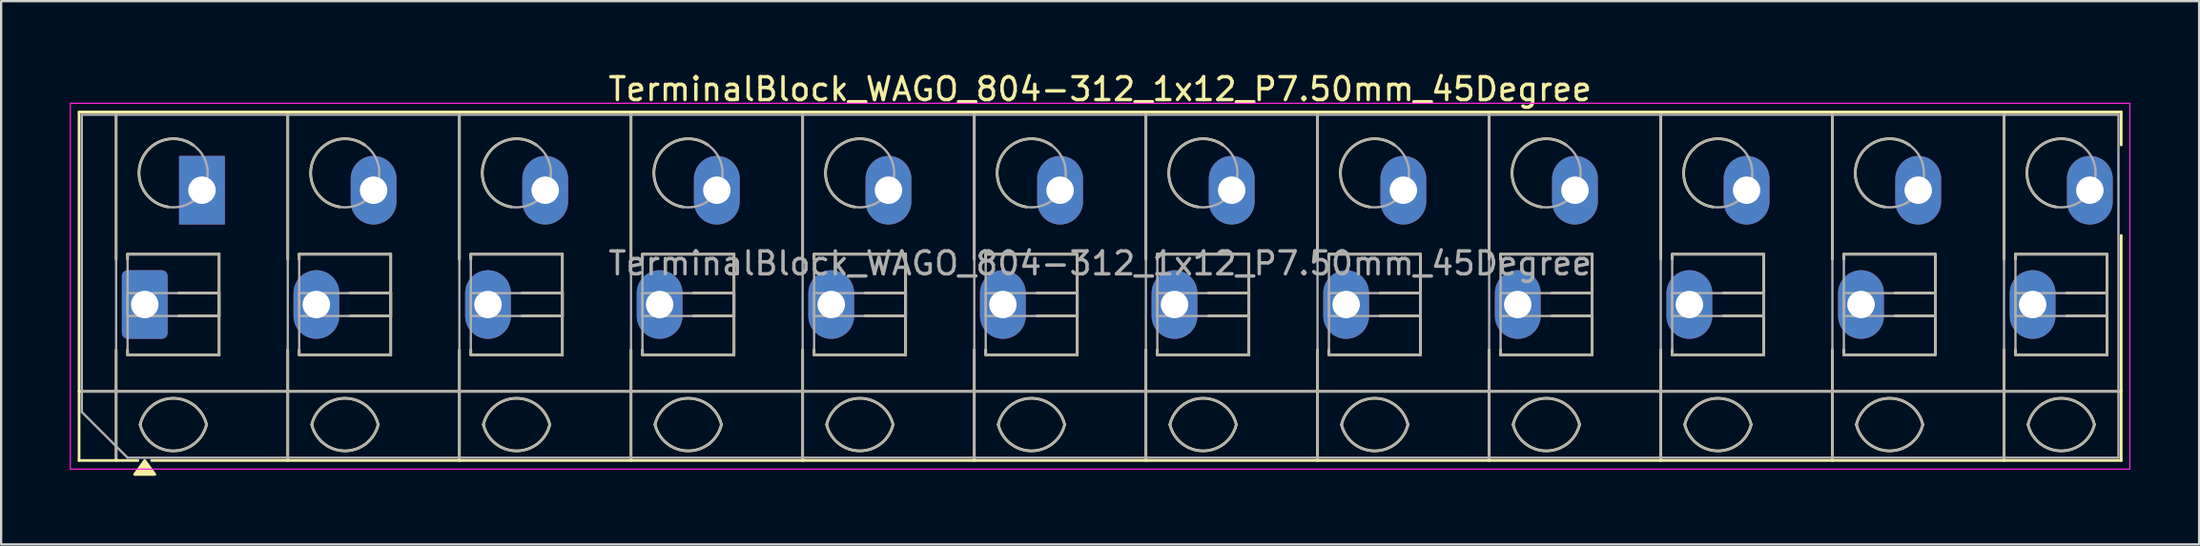
<source format=kicad_pcb>
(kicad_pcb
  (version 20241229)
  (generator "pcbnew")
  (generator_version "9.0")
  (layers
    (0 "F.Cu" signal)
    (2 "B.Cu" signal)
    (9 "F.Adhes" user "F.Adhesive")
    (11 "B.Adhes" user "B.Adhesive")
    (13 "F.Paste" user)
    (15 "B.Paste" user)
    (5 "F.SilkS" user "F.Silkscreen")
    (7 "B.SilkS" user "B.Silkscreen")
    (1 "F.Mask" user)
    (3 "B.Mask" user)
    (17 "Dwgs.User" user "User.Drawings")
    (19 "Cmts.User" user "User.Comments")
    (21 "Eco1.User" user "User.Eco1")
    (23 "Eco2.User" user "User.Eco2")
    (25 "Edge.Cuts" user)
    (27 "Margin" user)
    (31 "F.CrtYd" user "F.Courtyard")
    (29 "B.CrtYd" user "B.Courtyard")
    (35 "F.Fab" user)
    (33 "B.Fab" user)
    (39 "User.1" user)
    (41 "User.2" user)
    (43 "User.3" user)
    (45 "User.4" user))
  (footprint "TerminalBlock_WAGO_804-312_1x12_P7.50mm_45Degree"
    (layer "F.Cu")
    (at 3.275 10.268)
    (property "Reference" "TerminalBlock_WAGO_804-312_1x12_P7.50mm_45Degree" (at 41.75 -9.42 0) (layer "F.SilkS") (effects (font (size 1 1) (thickness 0.15))))
    (attr through_hole)
    (fp_line (start -2.87 -8.42) (end 86.37 -8.42) (stroke (width 0.12) (type solid)) (layer "F.SilkS"))
    (fp_line (start -2.87 3.8) (end 86.37 3.8) (stroke (width 0.12) (type solid)) (layer "F.SilkS"))
    (fp_line (start -2.87 6.82) (end -2.87 -8.42) (stroke (width 0.12) (type solid)) (layer "F.SilkS"))
    (fp_line (start -1.25 -8.42) (end -1.25 -1.98) (stroke (width 0.12) (type solid)) (layer "F.SilkS"))
    (fp_line (start -1.25 1.98) (end -1.25 6.82) (stroke (width 0.12) (type solid)) (layer "F.SilkS"))
    (fp_line (start -0.75 -2.2) (end 3.25 -2.2) (stroke (width 0.12) (type solid)) (layer "F.SilkS"))
    (fp_line (start -0.75 -1.98) (end -0.75 -2.2) (stroke (width 0.12) (type solid)) (layer "F.SilkS"))
    (fp_line (start -0.75 2.2) (end -0.75 1.98) (stroke (width 0.12) (type solid)) (layer "F.SilkS"))
    (fp_line (start -0.3 6.82) (end -2.87 6.82) (stroke (width 0.12) (type solid)) (layer "F.SilkS"))
    (fp_line (start 1.48 -0.5) (end 3.25 -0.5) (stroke (width 0.12) (type solid)) (layer "F.SilkS"))
    (fp_line (start 3.25 -2.2) (end 3.25 2.2) (stroke (width 0.12) (type solid)) (layer "F.SilkS"))
    (fp_line (start 3.25 -0.5) (end 3.25 0.5) (stroke (width 0.12) (type solid)) (layer "F.SilkS"))
    (fp_line (start 3.25 0.5) (end 1.48 0.5) (stroke (width 0.12) (type solid)) (layer "F.SilkS"))
    (fp_line (start 3.25 2.2) (end -0.75 2.2) (stroke (width 0.12) (type solid)) (layer "F.SilkS"))
    (fp_line (start 6.25 -8.42) (end 6.25 -1.98) (stroke (width 0.12) (type solid)) (layer "F.SilkS"))
    (fp_line (start 6.25 1.98) (end 6.25 6.82) (stroke (width 0.12) (type solid)) (layer "F.SilkS"))
    (fp_line (start 6.75 -2.2) (end 10.75 -2.2) (stroke (width 0.12) (type solid)) (layer "F.SilkS"))
    (fp_line (start 6.75 -1.98) (end 6.75 -2.2) (stroke (width 0.12) (type solid)) (layer "F.SilkS"))
    (fp_line (start 6.75 2.2) (end 6.75 1.98) (stroke (width 0.12) (type solid)) (layer "F.SilkS"))
    (fp_line (start 8.98 -0.5) (end 10.75 -0.5) (stroke (width 0.12) (type solid)) (layer "F.SilkS"))
    (fp_line (start 10.75 -2.2) (end 10.75 2.2) (stroke (width 0.12) (type solid)) (layer "F.SilkS"))
    (fp_line (start 10.75 -0.5) (end 10.75 0.5) (stroke (width 0.12) (type solid)) (layer "F.SilkS"))
    (fp_line (start 10.75 0.5) (end 8.98 0.5) (stroke (width 0.12) (type solid)) (layer "F.SilkS"))
    (fp_line (start 10.75 2.2) (end 6.75 2.2) (stroke (width 0.12) (type solid)) (layer "F.SilkS"))
    (fp_line (start 13.75 -8.42) (end 13.75 -1.98) (stroke (width 0.12) (type solid)) (layer "F.SilkS"))
    (fp_line (start 13.75 1.98) (end 13.75 6.82) (stroke (width 0.12) (type solid)) (layer "F.SilkS"))
    (fp_line (start 14.25 -2.2) (end 18.25 -2.2) (stroke (width 0.12) (type solid)) (layer "F.SilkS"))
    (fp_line (start 14.25 -1.98) (end 14.25 -2.2) (stroke (width 0.12) (type solid)) (layer "F.SilkS"))
    (fp_line (start 14.25 2.2) (end 14.25 1.98) (stroke (width 0.12) (type solid)) (layer "F.SilkS"))
    (fp_line (start 16.48 -0.5) (end 18.25 -0.5) (stroke (width 0.12) (type solid)) (layer "F.SilkS"))
    (fp_line (start 18.25 -2.2) (end 18.25 2.2) (stroke (width 0.12) (type solid)) (layer "F.SilkS"))
    (fp_line (start 18.25 -0.5) (end 18.25 0.5) (stroke (width 0.12) (type solid)) (layer "F.SilkS"))
    (fp_line (start 18.25 0.5) (end 16.48 0.5) (stroke (width 0.12) (type solid)) (layer "F.SilkS"))
    (fp_line (start 18.25 2.2) (end 14.25 2.2) (stroke (width 0.12) (type solid)) (layer "F.SilkS"))
    (fp_line (start 21.25 -8.42) (end 21.25 -1.98) (stroke (width 0.12) (type solid)) (layer "F.SilkS"))
    (fp_line (start 21.25 1.98) (end 21.25 6.82) (stroke (width 0.12) (type solid)) (layer "F.SilkS"))
    (fp_line (start 21.75 -2.2) (end 25.75 -2.2) (stroke (width 0.12) (type solid)) (layer "F.SilkS"))
    (fp_line (start 21.75 -1.98) (end 21.75 -2.2) (stroke (width 0.12) (type solid)) (layer "F.SilkS"))
    (fp_line (start 21.75 2.2) (end 21.75 1.98) (stroke (width 0.12) (type solid)) (layer "F.SilkS"))
    (fp_line (start 23.98 -0.5) (end 25.75 -0.5) (stroke (width 0.12) (type solid)) (layer "F.SilkS"))
    (fp_line (start 25.75 -2.2) (end 25.75 2.2) (stroke (width 0.12) (type solid)) (layer "F.SilkS"))
    (fp_line (start 25.75 -0.5) (end 25.75 0.5) (stroke (width 0.12) (type solid)) (layer "F.SilkS"))
    (fp_line (start 25.75 0.5) (end 23.98 0.5) (stroke (width 0.12) (type solid)) (layer "F.SilkS"))
    (fp_line (start 25.75 2.2) (end 21.75 2.2) (stroke (width 0.12) (type solid)) (layer "F.SilkS"))
    (fp_line (start 28.75 -8.42) (end 28.75 -1.98) (stroke (width 0.12) (type solid)) (layer "F.SilkS"))
    (fp_line (start 28.75 1.98) (end 28.75 6.82) (stroke (width 0.12) (type solid)) (layer "F.SilkS"))
    (fp_line (start 29.25 -2.2) (end 33.25 -2.2) (stroke (width 0.12) (type solid)) (layer "F.SilkS"))
    (fp_line (start 29.25 -1.98) (end 29.25 -2.2) (stroke (width 0.12) (type solid)) (layer "F.SilkS"))
    (fp_line (start 29.25 2.2) (end 29.25 1.98) (stroke (width 0.12) (type solid)) (layer "F.SilkS"))
    (fp_line (start 31.48 -0.5) (end 33.25 -0.5) (stroke (width 0.12) (type solid)) (layer "F.SilkS"))
    (fp_line (start 33.25 -2.2) (end 33.25 2.2) (stroke (width 0.12) (type solid)) (layer "F.SilkS"))
    (fp_line (start 33.25 -0.5) (end 33.25 0.5) (stroke (width 0.12) (type solid)) (layer "F.SilkS"))
    (fp_line (start 33.25 0.5) (end 31.48 0.5) (stroke (width 0.12) (type solid)) (layer "F.SilkS"))
    (fp_line (start 33.25 2.2) (end 29.25 2.2) (stroke (width 0.12) (type solid)) (layer "F.SilkS"))
    (fp_line (start 36.25 -8.42) (end 36.25 -1.98) (stroke (width 0.12) (type solid)) (layer "F.SilkS"))
    (fp_line (start 36.25 1.98) (end 36.25 6.82) (stroke (width 0.12) (type solid)) (layer "F.SilkS"))
    (fp_line (start 36.75 -2.2) (end 40.75 -2.2) (stroke (width 0.12) (type solid)) (layer "F.SilkS"))
    (fp_line (start 36.75 -1.98) (end 36.75 -2.2) (stroke (width 0.12) (type solid)) (layer "F.SilkS"))
    (fp_line (start 36.75 2.2) (end 36.75 1.98) (stroke (width 0.12) (type solid)) (layer "F.SilkS"))
    (fp_line (start 38.98 -0.5) (end 40.75 -0.5) (stroke (width 0.12) (type solid)) (layer "F.SilkS"))
    (fp_line (start 40.75 -2.2) (end 40.75 2.2) (stroke (width 0.12) (type solid)) (layer "F.SilkS"))
    (fp_line (start 40.75 -0.5) (end 40.75 0.5) (stroke (width 0.12) (type solid)) (layer "F.SilkS"))
    (fp_line (start 40.75 0.5) (end 38.98 0.5) (stroke (width 0.12) (type solid)) (layer "F.SilkS"))
    (fp_line (start 40.75 2.2) (end 36.75 2.2) (stroke (width 0.12) (type solid)) (layer "F.SilkS"))
    (fp_line (start 43.75 -8.42) (end 43.75 -1.98) (stroke (width 0.12) (type solid)) (layer "F.SilkS"))
    (fp_line (start 43.75 1.98) (end 43.75 6.82) (stroke (width 0.12) (type solid)) (layer "F.SilkS"))
    (fp_line (start 44.25 -2.2) (end 48.25 -2.2) (stroke (width 0.12) (type solid)) (layer "F.SilkS"))
    (fp_line (start 44.25 -1.98) (end 44.25 -2.2) (stroke (width 0.12) (type solid)) (layer "F.SilkS"))
    (fp_line (start 44.25 2.2) (end 44.25 1.98) (stroke (width 0.12) (type solid)) (layer "F.SilkS"))
    (fp_line (start 46.48 -0.5) (end 48.25 -0.5) (stroke (width 0.12) (type solid)) (layer "F.SilkS"))
    (fp_line (start 48.25 -2.2) (end 48.25 2.2) (stroke (width 0.12) (type solid)) (layer "F.SilkS"))
    (fp_line (start 48.25 -0.5) (end 48.25 0.5) (stroke (width 0.12) (type solid)) (layer "F.SilkS"))
    (fp_line (start 48.25 0.5) (end 46.48 0.5) (stroke (width 0.12) (type solid)) (layer "F.SilkS"))
    (fp_line (start 48.25 2.2) (end 44.25 2.2) (stroke (width 0.12) (type solid)) (layer "F.SilkS"))
    (fp_line (start 51.25 -8.42) (end 51.25 -1.98) (stroke (width 0.12) (type solid)) (layer "F.SilkS"))
    (fp_line (start 51.25 1.98) (end 51.25 6.82) (stroke (width 0.12) (type solid)) (layer "F.SilkS"))
    (fp_line (start 51.75 -2.2) (end 55.75 -2.2) (stroke (width 0.12) (type solid)) (layer "F.SilkS"))
    (fp_line (start 51.75 -1.98) (end 51.75 -2.2) (stroke (width 0.12) (type solid)) (layer "F.SilkS"))
    (fp_line (start 51.75 2.2) (end 51.75 1.98) (stroke (width 0.12) (type solid)) (layer "F.SilkS"))
    (fp_line (start 53.98 -0.5) (end 55.75 -0.5) (stroke (width 0.12) (type solid)) (layer "F.SilkS"))
    (fp_line (start 55.75 -2.2) (end 55.75 2.2) (stroke (width 0.12) (type solid)) (layer "F.SilkS"))
    (fp_line (start 55.75 -0.5) (end 55.75 0.5) (stroke (width 0.12) (type solid)) (layer "F.SilkS"))
    (fp_line (start 55.75 0.5) (end 53.98 0.5) (stroke (width 0.12) (type solid)) (layer "F.SilkS"))
    (fp_line (start 55.75 2.2) (end 51.75 2.2) (stroke (width 0.12) (type solid)) (layer "F.SilkS"))
    (fp_line (start 58.75 -8.42) (end 58.75 -1.98) (stroke (width 0.12) (type solid)) (layer "F.SilkS"))
    (fp_line (start 58.75 1.98) (end 58.75 6.82) (stroke (width 0.12) (type solid)) (layer "F.SilkS"))
    (fp_line (start 59.25 -2.2) (end 63.25 -2.2) (stroke (width 0.12) (type solid)) (layer "F.SilkS"))
    (fp_line (start 59.25 -1.98) (end 59.25 -2.2) (stroke (width 0.12) (type solid)) (layer "F.SilkS"))
    (fp_line (start 59.25 2.2) (end 59.25 1.98) (stroke (width 0.12) (type solid)) (layer "F.SilkS"))
    (fp_line (start 61.48 -0.5) (end 63.25 -0.5) (stroke (width 0.12) (type solid)) (layer "F.SilkS"))
    (fp_line (start 63.25 -2.2) (end 63.25 2.2) (stroke (width 0.12) (type solid)) (layer "F.SilkS"))
    (fp_line (start 63.25 -0.5) (end 63.25 0.5) (stroke (width 0.12) (type solid)) (layer "F.SilkS"))
    (fp_line (start 63.25 0.5) (end 61.48 0.5) (stroke (width 0.12) (type solid)) (layer "F.SilkS"))
    (fp_line (start 63.25 2.2) (end 59.25 2.2) (stroke (width 0.12) (type solid)) (layer "F.SilkS"))
    (fp_line (start 66.25 -8.42) (end 66.25 -1.98) (stroke (width 0.12) (type solid)) (layer "F.SilkS"))
    (fp_line (start 66.25 1.98) (end 66.25 6.82) (stroke (width 0.12) (type solid)) (layer "F.SilkS"))
    (fp_line (start 66.75 -2.2) (end 70.75 -2.2) (stroke (width 0.12) (type solid)) (layer "F.SilkS"))
    (fp_line (start 66.75 -1.98) (end 66.75 -2.2) (stroke (width 0.12) (type solid)) (layer "F.SilkS"))
    (fp_line (start 66.75 2.2) (end 66.75 1.98) (stroke (width 0.12) (type solid)) (layer "F.SilkS"))
    (fp_line (start 68.98 -0.5) (end 70.75 -0.5) (stroke (width 0.12) (type solid)) (layer "F.SilkS"))
    (fp_line (start 70.75 -2.2) (end 70.75 2.2) (stroke (width 0.12) (type solid)) (layer "F.SilkS"))
    (fp_line (start 70.75 -0.5) (end 70.75 0.5) (stroke (width 0.12) (type solid)) (layer "F.SilkS"))
    (fp_line (start 70.75 0.5) (end 68.98 0.5) (stroke (width 0.12) (type solid)) (layer "F.SilkS"))
    (fp_line (start 70.75 2.2) (end 66.75 2.2) (stroke (width 0.12) (type solid)) (layer "F.SilkS"))
    (fp_line (start 73.75 -8.42) (end 73.75 -1.98) (stroke (width 0.12) (type solid)) (layer "F.SilkS"))
    (fp_line (start 73.75 1.98) (end 73.75 6.82) (stroke (width 0.12) (type solid)) (layer "F.SilkS"))
    (fp_line (start 74.25 -2.2) (end 78.25 -2.2) (stroke (width 0.12) (type solid)) (layer "F.SilkS"))
    (fp_line (start 74.25 -1.98) (end 74.25 -2.2) (stroke (width 0.12) (type solid)) (layer "F.SilkS"))
    (fp_line (start 74.25 2.2) (end 74.25 1.98) (stroke (width 0.12) (type solid)) (layer "F.SilkS"))
    (fp_line (start 76.48 -0.5) (end 78.25 -0.5) (stroke (width 0.12) (type solid)) (layer "F.SilkS"))
    (fp_line (start 78.25 -2.2) (end 78.25 2.2) (stroke (width 0.12) (type solid)) (layer "F.SilkS"))
    (fp_line (start 78.25 -0.5) (end 78.25 0.5) (stroke (width 0.12) (type solid)) (layer "F.SilkS"))
    (fp_line (start 78.25 0.5) (end 76.48 0.5) (stroke (width 0.12) (type solid)) (layer "F.SilkS"))
    (fp_line (start 78.25 2.2) (end 74.25 2.2) (stroke (width 0.12) (type solid)) (layer "F.SilkS"))
    (fp_line (start 81.25 -8.42) (end 81.25 -1.98) (stroke (width 0.12) (type solid)) (layer "F.SilkS"))
    (fp_line (start 81.25 1.98) (end 81.25 6.82) (stroke (width 0.12) (type solid)) (layer "F.SilkS"))
    (fp_line (start 81.75 -2.2) (end 85.75 -2.2) (stroke (width 0.12) (type solid)) (layer "F.SilkS"))
    (fp_line (start 81.75 -1.98) (end 81.75 -2.2) (stroke (width 0.12) (type solid)) (layer "F.SilkS"))
    (fp_line (start 81.75 2.2) (end 81.75 1.98) (stroke (width 0.12) (type solid)) (layer "F.SilkS"))
    (fp_line (start 83.98 -0.5) (end 85.75 -0.5) (stroke (width 0.12) (type solid)) (layer "F.SilkS"))
    (fp_line (start 85.75 -2.2) (end 85.75 2.2) (stroke (width 0.12) (type solid)) (layer "F.SilkS"))
    (fp_line (start 85.75 -0.5) (end 85.75 0.5) (stroke (width 0.12) (type solid)) (layer "F.SilkS"))
    (fp_line (start 85.75 0.5) (end 83.98 0.5) (stroke (width 0.12) (type solid)) (layer "F.SilkS"))
    (fp_line (start 85.75 2.2) (end 81.75 2.2) (stroke (width 0.12) (type solid)) (layer "F.SilkS"))
    (fp_line (start 86.37 -8.42) (end 86.37 -6.98) (stroke (width 0.12) (type solid)) (layer "F.SilkS"))
    (fp_line (start 86.37 -3.02) (end 86.37 6.82) (stroke (width 0.12) (type solid)) (layer "F.SilkS"))
    (fp_line (start 86.37 6.82) (end 0.3 6.82) (stroke (width 0.12) (type solid)) (layer "F.SilkS"))
    (fp_arc (start -0.2 5.25) (mid 1.25 4.1) (end 2.7 5.25) (stroke (width 0.12) (type solid)) (layer "F.SilkS"))
    (fp_arc (start 1.02 -4.268) (mid -0.141916 -6.309209) (end 2.109 -6.98) (stroke (width 0.12) (type solid)) (layer "F.SilkS"))
    (fp_arc (start 2.7 5.25) (mid 1.25 6.4) (end -0.2 5.25) (stroke (width 0.12) (type solid)) (layer "F.SilkS"))
    (fp_arc (start 7.3 5.25) (mid 8.75 4.1) (end 10.2 5.25) (stroke (width 0.12) (type solid)) (layer "F.SilkS"))
    (fp_arc (start 8.52 -4.268) (mid 7.358084 -6.309209) (end 9.609 -6.98) (stroke (width 0.12) (type solid)) (layer "F.SilkS"))
    (fp_arc (start 10.2 5.25) (mid 8.75 6.4) (end 7.3 5.25) (stroke (width 0.12) (type solid)) (layer "F.SilkS"))
    (fp_arc (start 14.8 5.25) (mid 16.25 4.1) (end 17.7 5.25) (stroke (width 0.12) (type solid)) (layer "F.SilkS"))
    (fp_arc (start 16.02 -4.268) (mid 14.858084 -6.309209) (end 17.109 -6.98) (stroke (width 0.12) (type solid)) (layer "F.SilkS"))
    (fp_arc (start 17.7 5.25) (mid 16.25 6.4) (end 14.8 5.25) (stroke (width 0.12) (type solid)) (layer "F.SilkS"))
    (fp_arc (start 22.3 5.25) (mid 23.75 4.1) (end 25.2 5.25) (stroke (width 0.12) (type solid)) (layer "F.SilkS"))
    (fp_arc (start 23.52 -4.268) (mid 22.358084 -6.309209) (end 24.609 -6.98) (stroke (width 0.12) (type solid)) (layer "F.SilkS"))
    (fp_arc (start 25.2 5.25) (mid 23.75 6.4) (end 22.3 5.25) (stroke (width 0.12) (type solid)) (layer "F.SilkS"))
    (fp_arc (start 29.8 5.25) (mid 31.25 4.1) (end 32.7 5.25) (stroke (width 0.12) (type solid)) (layer "F.SilkS"))
    (fp_arc (start 31.02 -4.268) (mid 29.858084 -6.309209) (end 32.109 -6.98) (stroke (width 0.12) (type solid)) (layer "F.SilkS"))
    (fp_arc (start 32.7 5.25) (mid 31.25 6.4) (end 29.8 5.25) (stroke (width 0.12) (type solid)) (layer "F.SilkS"))
    (fp_arc (start 37.3 5.25) (mid 38.75 4.1) (end 40.2 5.25) (stroke (width 0.12) (type solid)) (layer "F.SilkS"))
    (fp_arc (start 38.52 -4.268) (mid 37.358084 -6.309209) (end 39.609 -6.98) (stroke (width 0.12) (type solid)) (layer "F.SilkS"))
    (fp_arc (start 40.2 5.25) (mid 38.75 6.4) (end 37.3 5.25) (stroke (width 0.12) (type solid)) (layer "F.SilkS"))
    (fp_arc (start 44.8 5.25) (mid 46.25 4.1) (end 47.7 5.25) (stroke (width 0.12) (type solid)) (layer "F.SilkS"))
    (fp_arc (start 46.02 -4.268) (mid 44.858084 -6.309209) (end 47.109 -6.98) (stroke (width 0.12) (type solid)) (layer "F.SilkS"))
    (fp_arc (start 47.7 5.25) (mid 46.25 6.4) (end 44.8 5.25) (stroke (width 0.12) (type solid)) (layer "F.SilkS"))
    (fp_arc (start 52.3 5.25) (mid 53.75 4.1) (end 55.2 5.25) (stroke (width 0.12) (type solid)) (layer "F.SilkS"))
    (fp_arc (start 53.52 -4.268) (mid 52.358084 -6.309209) (end 54.609 -6.98) (stroke (width 0.12) (type solid)) (layer "F.SilkS"))
    (fp_arc (start 55.2 5.25) (mid 53.75 6.4) (end 52.3 5.25) (stroke (width 0.12) (type solid)) (layer "F.SilkS"))
    (fp_arc (start 59.8 5.25) (mid 61.25 4.1) (end 62.7 5.25) (stroke (width 0.12) (type solid)) (layer "F.SilkS"))
    (fp_arc (start 61.02 -4.268) (mid 59.858084 -6.309209) (end 62.109 -6.98) (stroke (width 0.12) (type solid)) (layer "F.SilkS"))
    (fp_arc (start 62.7 5.25) (mid 61.25 6.4) (end 59.8 5.25) (stroke (width 0.12) (type solid)) (layer "F.SilkS"))
    (fp_arc (start 67.3 5.25) (mid 68.75 4.1) (end 70.2 5.25) (stroke (width 0.12) (type solid)) (layer "F.SilkS"))
    (fp_arc (start 68.52 -4.268) (mid 67.358084 -6.309209) (end 69.609 -6.98) (stroke (width 0.12) (type solid)) (layer "F.SilkS"))
    (fp_arc (start 70.2 5.25) (mid 68.75 6.4) (end 67.3 5.25) (stroke (width 0.12) (type solid)) (layer "F.SilkS"))
    (fp_arc (start 74.8 5.25) (mid 76.25 4.1) (end 77.7 5.25) (stroke (width 0.12) (type solid)) (layer "F.SilkS"))
    (fp_arc (start 76.02 -4.268) (mid 74.858084 -6.309209) (end 77.109 -6.98) (stroke (width 0.12) (type solid)) (layer "F.SilkS"))
    (fp_arc (start 77.7 5.25) (mid 76.25 6.4) (end 74.8 5.25) (stroke (width 0.12) (type solid)) (layer "F.SilkS"))
    (fp_arc (start 82.3 5.25) (mid 83.75 4.1) (end 85.2 5.25) (stroke (width 0.12) (type solid)) (layer "F.SilkS"))
    (fp_arc (start 83.52 -4.268) (mid 82.358084 -6.309209) (end 84.609 -6.98) (stroke (width 0.12) (type solid)) (layer "F.SilkS"))
    (fp_arc (start 85.2 5.25) (mid 83.75 6.4) (end 82.3 5.25) (stroke (width 0.12) (type solid)) (layer "F.SilkS"))
    (fp_poly (pts (xy 0 6.82) (xy 0.44 7.43) (xy -0.44 7.43)) (stroke (width 0.12) (type solid)) (fill yes) (layer "F.SilkS"))
    (fp_line (start -3.25 -8.8) (end -3.25 7.2) (stroke (width 0.05) (type solid)) (layer "F.CrtYd"))
    (fp_line (start -3.25 7.2) (end 86.75 7.2) (stroke (width 0.05) (type solid)) (layer "F.CrtYd"))
    (fp_line (start 86.75 -8.8) (end -3.25 -8.8) (stroke (width 0.05) (type solid)) (layer "F.CrtYd"))
    (fp_line (start 86.75 7.2) (end 86.75 -8.8) (stroke (width 0.05) (type solid)) (layer "F.CrtYd"))
    (fp_line (start -2.75 -8.3) (end 86.25 -8.3) (stroke (width 0.1) (type solid)) (layer "F.Fab"))
    (fp_line (start -2.75 3.8) (end 86.25 3.8) (stroke (width 0.1) (type solid)) (layer "F.Fab"))
    (fp_line (start -2.75 4.7) (end -2.75 -8.3) (stroke (width 0.1) (type solid)) (layer "F.Fab"))
    (fp_line (start -1.25 -8.3) (end -1.25 6.7) (stroke (width 0.1) (type solid)) (layer "F.Fab"))
    (fp_line (start -0.75 -2.2) (end -0.75 2.2) (stroke (width 0.1) (type solid)) (layer "F.Fab"))
    (fp_line (start -0.75 -0.5) (end -0.75 0.5) (stroke (width 0.1) (type solid)) (layer "F.Fab"))
    (fp_line (start -0.75 0.5) (end 3.25 0.5) (stroke (width 0.1) (type solid)) (layer "F.Fab"))
    (fp_line (start -0.75 2.2) (end 3.25 2.2) (stroke (width 0.1) (type solid)) (layer "F.Fab"))
    (fp_line (start -0.75 6.7) (end -2.75 4.7) (stroke (width 0.1) (type solid)) (layer "F.Fab"))
    (fp_line (start 3.25 -2.2) (end -0.75 -2.2) (stroke (width 0.1) (type solid)) (layer "F.Fab"))
    (fp_line (start 3.25 -0.5) (end -0.75 -0.5) (stroke (width 0.1) (type solid)) (layer "F.Fab"))
    (fp_line (start 3.25 0.5) (end 3.25 -0.5) (stroke (width 0.1) (type solid)) (layer "F.Fab"))
    (fp_line (start 3.25 2.2) (end 3.25 -2.2) (stroke (width 0.1) (type solid)) (layer "F.Fab"))
    (fp_line (start 6.25 -8.3) (end 6.25 6.7) (stroke (width 0.1) (type solid)) (layer "F.Fab"))
    (fp_line (start 6.75 -2.2) (end 6.75 2.2) (stroke (width 0.1) (type solid)) (layer "F.Fab"))
    (fp_line (start 6.75 -0.5) (end 6.75 0.5) (stroke (width 0.1) (type solid)) (layer "F.Fab"))
    (fp_line (start 6.75 0.5) (end 10.75 0.5) (stroke (width 0.1) (type solid)) (layer "F.Fab"))
    (fp_line (start 6.75 2.2) (end 10.75 2.2) (stroke (width 0.1) (type solid)) (layer "F.Fab"))
    (fp_line (start 10.75 -2.2) (end 6.75 -2.2) (stroke (width 0.1) (type solid)) (layer "F.Fab"))
    (fp_line (start 10.75 -0.5) (end 6.75 -0.5) (stroke (width 0.1) (type solid)) (layer "F.Fab"))
    (fp_line (start 10.75 0.5) (end 10.75 -0.5) (stroke (width 0.1) (type solid)) (layer "F.Fab"))
    (fp_line (start 10.75 2.2) (end 10.75 -2.2) (stroke (width 0.1) (type solid)) (layer "F.Fab"))
    (fp_line (start 13.75 -8.3) (end 13.75 6.7) (stroke (width 0.1) (type solid)) (layer "F.Fab"))
    (fp_line (start 14.25 -2.2) (end 14.25 2.2) (stroke (width 0.1) (type solid)) (layer "F.Fab"))
    (fp_line (start 14.25 -0.5) (end 14.25 0.5) (stroke (width 0.1) (type solid)) (layer "F.Fab"))
    (fp_line (start 14.25 0.5) (end 18.25 0.5) (stroke (width 0.1) (type solid)) (layer "F.Fab"))
    (fp_line (start 14.25 2.2) (end 18.25 2.2) (stroke (width 0.1) (type solid)) (layer "F.Fab"))
    (fp_line (start 18.25 -2.2) (end 14.25 -2.2) (stroke (width 0.1) (type solid)) (layer "F.Fab"))
    (fp_line (start 18.25 -0.5) (end 14.25 -0.5) (stroke (width 0.1) (type solid)) (layer "F.Fab"))
    (fp_line (start 18.25 0.5) (end 18.25 -0.5) (stroke (width 0.1) (type solid)) (layer "F.Fab"))
    (fp_line (start 18.25 2.2) (end 18.25 -2.2) (stroke (width 0.1) (type solid)) (layer "F.Fab"))
    (fp_line (start 21.25 -8.3) (end 21.25 6.7) (stroke (width 0.1) (type solid)) (layer "F.Fab"))
    (fp_line (start 21.75 -2.2) (end 21.75 2.2) (stroke (width 0.1) (type solid)) (layer "F.Fab"))
    (fp_line (start 21.75 -0.5) (end 21.75 0.5) (stroke (width 0.1) (type solid)) (layer "F.Fab"))
    (fp_line (start 21.75 0.5) (end 25.75 0.5) (stroke (width 0.1) (type solid)) (layer "F.Fab"))
    (fp_line (start 21.75 2.2) (end 25.75 2.2) (stroke (width 0.1) (type solid)) (layer "F.Fab"))
    (fp_line (start 25.75 -2.2) (end 21.75 -2.2) (stroke (width 0.1) (type solid)) (layer "F.Fab"))
    (fp_line (start 25.75 -0.5) (end 21.75 -0.5) (stroke (width 0.1) (type solid)) (layer "F.Fab"))
    (fp_line (start 25.75 0.5) (end 25.75 -0.5) (stroke (width 0.1) (type solid)) (layer "F.Fab"))
    (fp_line (start 25.75 2.2) (end 25.75 -2.2) (stroke (width 0.1) (type solid)) (layer "F.Fab"))
    (fp_line (start 28.75 -8.3) (end 28.75 6.7) (stroke (width 0.1) (type solid)) (layer "F.Fab"))
    (fp_line (start 29.25 -2.2) (end 29.25 2.2) (stroke (width 0.1) (type solid)) (layer "F.Fab"))
    (fp_line (start 29.25 -0.5) (end 29.25 0.5) (stroke (width 0.1) (type solid)) (layer "F.Fab"))
    (fp_line (start 29.25 0.5) (end 33.25 0.5) (stroke (width 0.1) (type solid)) (layer "F.Fab"))
    (fp_line (start 29.25 2.2) (end 33.25 2.2) (stroke (width 0.1) (type solid)) (layer "F.Fab"))
    (fp_line (start 33.25 -2.2) (end 29.25 -2.2) (stroke (width 0.1) (type solid)) (layer "F.Fab"))
    (fp_line (start 33.25 -0.5) (end 29.25 -0.5) (stroke (width 0.1) (type solid)) (layer "F.Fab"))
    (fp_line (start 33.25 0.5) (end 33.25 -0.5) (stroke (width 0.1) (type solid)) (layer "F.Fab"))
    (fp_line (start 33.25 2.2) (end 33.25 -2.2) (stroke (width 0.1) (type solid)) (layer "F.Fab"))
    (fp_line (start 36.25 -8.3) (end 36.25 6.7) (stroke (width 0.1) (type solid)) (layer "F.Fab"))
    (fp_line (start 36.75 -2.2) (end 36.75 2.2) (stroke (width 0.1) (type solid)) (layer "F.Fab"))
    (fp_line (start 36.75 -0.5) (end 36.75 0.5) (stroke (width 0.1) (type solid)) (layer "F.Fab"))
    (fp_line (start 36.75 0.5) (end 40.75 0.5) (stroke (width 0.1) (type solid)) (layer "F.Fab"))
    (fp_line (start 36.75 2.2) (end 40.75 2.2) (stroke (width 0.1) (type solid)) (layer "F.Fab"))
    (fp_line (start 40.75 -2.2) (end 36.75 -2.2) (stroke (width 0.1) (type solid)) (layer "F.Fab"))
    (fp_line (start 40.75 -0.5) (end 36.75 -0.5) (stroke (width 0.1) (type solid)) (layer "F.Fab"))
    (fp_line (start 40.75 0.5) (end 40.75 -0.5) (stroke (width 0.1) (type solid)) (layer "F.Fab"))
    (fp_line (start 40.75 2.2) (end 40.75 -2.2) (stroke (width 0.1) (type solid)) (layer "F.Fab"))
    (fp_line (start 43.75 -8.3) (end 43.75 6.7) (stroke (width 0.1) (type solid)) (layer "F.Fab"))
    (fp_line (start 44.25 -2.2) (end 44.25 2.2) (stroke (width 0.1) (type solid)) (layer "F.Fab"))
    (fp_line (start 44.25 -0.5) (end 44.25 0.5) (stroke (width 0.1) (type solid)) (layer "F.Fab"))
    (fp_line (start 44.25 0.5) (end 48.25 0.5) (stroke (width 0.1) (type solid)) (layer "F.Fab"))
    (fp_line (start 44.25 2.2) (end 48.25 2.2) (stroke (width 0.1) (type solid)) (layer "F.Fab"))
    (fp_line (start 48.25 -2.2) (end 44.25 -2.2) (stroke (width 0.1) (type solid)) (layer "F.Fab"))
    (fp_line (start 48.25 -0.5) (end 44.25 -0.5) (stroke (width 0.1) (type solid)) (layer "F.Fab"))
    (fp_line (start 48.25 0.5) (end 48.25 -0.5) (stroke (width 0.1) (type solid)) (layer "F.Fab"))
    (fp_line (start 48.25 2.2) (end 48.25 -2.2) (stroke (width 0.1) (type solid)) (layer "F.Fab"))
    (fp_line (start 51.25 -8.3) (end 51.25 6.7) (stroke (width 0.1) (type solid)) (layer "F.Fab"))
    (fp_line (start 51.75 -2.2) (end 51.75 2.2) (stroke (width 0.1) (type solid)) (layer "F.Fab"))
    (fp_line (start 51.75 -0.5) (end 51.75 0.5) (stroke (width 0.1) (type solid)) (layer "F.Fab"))
    (fp_line (start 51.75 0.5) (end 55.75 0.5) (stroke (width 0.1) (type solid)) (layer "F.Fab"))
    (fp_line (start 51.75 2.2) (end 55.75 2.2) (stroke (width 0.1) (type solid)) (layer "F.Fab"))
    (fp_line (start 55.75 -2.2) (end 51.75 -2.2) (stroke (width 0.1) (type solid)) (layer "F.Fab"))
    (fp_line (start 55.75 -0.5) (end 51.75 -0.5) (stroke (width 0.1) (type solid)) (layer "F.Fab"))
    (fp_line (start 55.75 0.5) (end 55.75 -0.5) (stroke (width 0.1) (type solid)) (layer "F.Fab"))
    (fp_line (start 55.75 2.2) (end 55.75 -2.2) (stroke (width 0.1) (type solid)) (layer "F.Fab"))
    (fp_line (start 58.75 -8.3) (end 58.75 6.7) (stroke (width 0.1) (type solid)) (layer "F.Fab"))
    (fp_line (start 59.25 -2.2) (end 59.25 2.2) (stroke (width 0.1) (type solid)) (layer "F.Fab"))
    (fp_line (start 59.25 -0.5) (end 59.25 0.5) (stroke (width 0.1) (type solid)) (layer "F.Fab"))
    (fp_line (start 59.25 0.5) (end 63.25 0.5) (stroke (width 0.1) (type solid)) (layer "F.Fab"))
    (fp_line (start 59.25 2.2) (end 63.25 2.2) (stroke (width 0.1) (type solid)) (layer "F.Fab"))
    (fp_line (start 63.25 -2.2) (end 59.25 -2.2) (stroke (width 0.1) (type solid)) (layer "F.Fab"))
    (fp_line (start 63.25 -0.5) (end 59.25 -0.5) (stroke (width 0.1) (type solid)) (layer "F.Fab"))
    (fp_line (start 63.25 0.5) (end 63.25 -0.5) (stroke (width 0.1) (type solid)) (layer "F.Fab"))
    (fp_line (start 63.25 2.2) (end 63.25 -2.2) (stroke (width 0.1) (type solid)) (layer "F.Fab"))
    (fp_line (start 66.25 -8.3) (end 66.25 6.7) (stroke (width 0.1) (type solid)) (layer "F.Fab"))
    (fp_line (start 66.75 -2.2) (end 66.75 2.2) (stroke (width 0.1) (type solid)) (layer "F.Fab"))
    (fp_line (start 66.75 -0.5) (end 66.75 0.5) (stroke (width 0.1) (type solid)) (layer "F.Fab"))
    (fp_line (start 66.75 0.5) (end 70.75 0.5) (stroke (width 0.1) (type solid)) (layer "F.Fab"))
    (fp_line (start 66.75 2.2) (end 70.75 2.2) (stroke (width 0.1) (type solid)) (layer "F.Fab"))
    (fp_line (start 70.75 -2.2) (end 66.75 -2.2) (stroke (width 0.1) (type solid)) (layer "F.Fab"))
    (fp_line (start 70.75 -0.5) (end 66.75 -0.5) (stroke (width 0.1) (type solid)) (layer "F.Fab"))
    (fp_line (start 70.75 0.5) (end 70.75 -0.5) (stroke (width 0.1) (type solid)) (layer "F.Fab"))
    (fp_line (start 70.75 2.2) (end 70.75 -2.2) (stroke (width 0.1) (type solid)) (layer "F.Fab"))
    (fp_line (start 73.75 -8.3) (end 73.75 6.7) (stroke (width 0.1) (type solid)) (layer "F.Fab"))
    (fp_line (start 74.25 -2.2) (end 74.25 2.2) (stroke (width 0.1) (type solid)) (layer "F.Fab"))
    (fp_line (start 74.25 -0.5) (end 74.25 0.5) (stroke (width 0.1) (type solid)) (layer "F.Fab"))
    (fp_line (start 74.25 0.5) (end 78.25 0.5) (stroke (width 0.1) (type solid)) (layer "F.Fab"))
    (fp_line (start 74.25 2.2) (end 78.25 2.2) (stroke (width 0.1) (type solid)) (layer "F.Fab"))
    (fp_line (start 78.25 -2.2) (end 74.25 -2.2) (stroke (width 0.1) (type solid)) (layer "F.Fab"))
    (fp_line (start 78.25 -0.5) (end 74.25 -0.5) (stroke (width 0.1) (type solid)) (layer "F.Fab"))
    (fp_line (start 78.25 0.5) (end 78.25 -0.5) (stroke (width 0.1) (type solid)) (layer "F.Fab"))
    (fp_line (start 78.25 2.2) (end 78.25 -2.2) (stroke (width 0.1) (type solid)) (layer "F.Fab"))
    (fp_line (start 81.25 -8.3) (end 81.25 6.7) (stroke (width 0.1) (type solid)) (layer "F.Fab"))
    (fp_line (start 81.75 -2.2) (end 81.75 2.2) (stroke (width 0.1) (type solid)) (layer "F.Fab"))
    (fp_line (start 81.75 -0.5) (end 81.75 0.5) (stroke (width 0.1) (type solid)) (layer "F.Fab"))
    (fp_line (start 81.75 0.5) (end 85.75 0.5) (stroke (width 0.1) (type solid)) (layer "F.Fab"))
    (fp_line (start 81.75 2.2) (end 85.75 2.2) (stroke (width 0.1) (type solid)) (layer "F.Fab"))
    (fp_line (start 85.75 -2.2) (end 81.75 -2.2) (stroke (width 0.1) (type solid)) (layer "F.Fab"))
    (fp_line (start 85.75 -0.5) (end 81.75 -0.5) (stroke (width 0.1) (type solid)) (layer "F.Fab"))
    (fp_line (start 85.75 0.5) (end 85.75 -0.5) (stroke (width 0.1) (type solid)) (layer "F.Fab"))
    (fp_line (start 85.75 2.2) (end 85.75 -2.2) (stroke (width 0.1) (type solid)) (layer "F.Fab"))
    (fp_line (start 86.25 -8.3) (end 86.25 6.7) (stroke (width 0.1) (type solid)) (layer "F.Fab"))
    (fp_line (start 86.25 6.7) (end -0.75 6.7) (stroke (width 0.1) (type solid)) (layer "F.Fab"))
    (fp_arc (start -0.2 5.25) (mid 1.25 4.1) (end 2.7 5.25) (stroke (width 0.1) (type solid)) (layer "F.Fab"))
    (fp_arc (start 2.7 5.25) (mid 1.25 6.4) (end -0.2 5.25) (stroke (width 0.1) (type solid)) (layer "F.Fab"))
    (fp_arc (start 7.3 5.25) (mid 8.75 4.1) (end 10.2 5.25) (stroke (width 0.1) (type solid)) (layer "F.Fab"))
    (fp_arc (start 10.2 5.25) (mid 8.75 6.4) (end 7.3 5.25) (stroke (width 0.1) (type solid)) (layer "F.Fab"))
    (fp_arc (start 14.8 5.25) (mid 16.25 4.1) (end 17.7 5.25) (stroke (width 0.1) (type solid)) (layer "F.Fab"))
    (fp_arc (start 17.7 5.25) (mid 16.25 6.4) (end 14.8 5.25) (stroke (width 0.1) (type solid)) (layer "F.Fab"))
    (fp_arc (start 22.3 5.25) (mid 23.75 4.1) (end 25.2 5.25) (stroke (width 0.1) (type solid)) (layer "F.Fab"))
    (fp_arc (start 25.2 5.25) (mid 23.75 6.4) (end 22.3 5.25) (stroke (width 0.1) (type solid)) (layer "F.Fab"))
    (fp_arc (start 29.8 5.25) (mid 31.25 4.1) (end 32.7 5.25) (stroke (width 0.1) (type solid)) (layer "F.Fab"))
    (fp_arc (start 32.7 5.25) (mid 31.25 6.4) (end 29.8 5.25) (stroke (width 0.1) (type solid)) (layer "F.Fab"))
    (fp_arc (start 37.3 5.25) (mid 38.75 4.1) (end 40.2 5.25) (stroke (width 0.1) (type solid)) (layer "F.Fab"))
    (fp_arc (start 40.2 5.25) (mid 38.75 6.4) (end 37.3 5.25) (stroke (width 0.1) (type solid)) (layer "F.Fab"))
    (fp_arc (start 44.8 5.25) (mid 46.25 4.1) (end 47.7 5.25) (stroke (width 0.1) (type solid)) (layer "F.Fab"))
    (fp_arc (start 47.7 5.25) (mid 46.25 6.4) (end 44.8 5.25) (stroke (width 0.1) (type solid)) (layer "F.Fab"))
    (fp_arc (start 52.3 5.25) (mid 53.75 4.1) (end 55.2 5.25) (stroke (width 0.1) (type solid)) (layer "F.Fab"))
    (fp_arc (start 55.2 5.25) (mid 53.75 6.4) (end 52.3 5.25) (stroke (width 0.1) (type solid)) (layer "F.Fab"))
    (fp_arc (start 59.8 5.25) (mid 61.25 4.1) (end 62.7 5.25) (stroke (width 0.1) (type solid)) (layer "F.Fab"))
    (fp_arc (start 62.7 5.25) (mid 61.25 6.4) (end 59.8 5.25) (stroke (width 0.1) (type solid)) (layer "F.Fab"))
    (fp_arc (start 67.3 5.25) (mid 68.75 4.1) (end 70.2 5.25) (stroke (width 0.1) (type solid)) (layer "F.Fab"))
    (fp_arc (start 70.2 5.25) (mid 68.75 6.4) (end 67.3 5.25) (stroke (width 0.1) (type solid)) (layer "F.Fab"))
    (fp_arc (start 74.8 5.25) (mid 76.25 4.1) (end 77.7 5.25) (stroke (width 0.1) (type solid)) (layer "F.Fab"))
    (fp_arc (start 77.7 5.25) (mid 76.25 6.4) (end 74.8 5.25) (stroke (width 0.1) (type solid)) (layer "F.Fab"))
    (fp_arc (start 82.3 5.25) (mid 83.75 4.1) (end 85.2 5.25) (stroke (width 0.1) (type solid)) (layer "F.Fab"))
    (fp_arc (start 85.2 5.25) (mid 83.75 6.4) (end 82.3 5.25) (stroke (width 0.1) (type solid)) (layer "F.Fab"))
    (fp_circle (center 1.25 -5.75) (end 2.75 -5.75) (stroke (width 0.1) (type solid)) (fill no) (layer "F.Fab"))
    (fp_circle (center 8.75 -5.75) (end 10.25 -5.75) (stroke (width 0.1) (type solid)) (fill no) (layer "F.Fab"))
    (fp_circle (center 16.25 -5.75) (end 17.75 -5.75) (stroke (width 0.1) (type solid)) (fill no) (layer "F.Fab"))
    (fp_circle (center 23.75 -5.75) (end 25.25 -5.75) (stroke (width 0.1) (type solid)) (fill no) (layer "F.Fab"))
    (fp_circle (center 31.25 -5.75) (end 32.75 -5.75) (stroke (width 0.1) (type solid)) (fill no) (layer "F.Fab"))
    (fp_circle (center 38.75 -5.75) (end 40.25 -5.75) (stroke (width 0.1) (type solid)) (fill no) (layer "F.Fab"))
    (fp_circle (center 46.25 -5.75) (end 47.75 -5.75) (stroke (width 0.1) (type solid)) (fill no) (layer "F.Fab"))
    (fp_circle (center 53.75 -5.75) (end 55.25 -5.75) (stroke (width 0.1) (type solid)) (fill no) (layer "F.Fab"))
    (fp_circle (center 61.25 -5.75) (end 62.75 -5.75) (stroke (width 0.1) (type solid)) (fill no) (layer "F.Fab"))
    (fp_circle (center 68.75 -5.75) (end 70.25 -5.75) (stroke (width 0.1) (type solid)) (fill no) (layer "F.Fab"))
    (fp_circle (center 76.25 -5.75) (end 77.75 -5.75) (stroke (width 0.1) (type solid)) (fill no) (layer "F.Fab"))
    (fp_circle (center 83.75 -5.75) (end 85.25 -5.75) (stroke (width 0.1) (type solid)) (fill no) (layer "F.Fab"))
    (fp_text user "${REFERENCE}" (at 41.75 -1.8 0) (layer "F.Fab") (effects (font (size 1 1) (thickness 0.15))))
    (pad "1" thru_hole roundrect (at 0 0) (size 2 3) (drill 1.2) (layers "*.Cu" "*.Mask") (roundrect_rratio 0.125))
    (pad "1" thru_hole rect (at 2.5 -5) (size 2 3) (drill 1.2) (layers "*.Cu" "*.Mask"))
    (pad "2" thru_hole oval (at 7.5 0) (size 2 3) (drill 1.2) (layers "*.Cu" "*.Mask"))
    (pad "2" thru_hole oval (at 10 -5) (size 2 3) (drill 1.2) (layers "*.Cu" "*.Mask"))
    (pad "3" thru_hole oval (at 15 0) (size 2 3) (drill 1.2) (layers "*.Cu" "*.Mask"))
    (pad "3" thru_hole oval (at 17.5 -5) (size 2 3) (drill 1.2) (layers "*.Cu" "*.Mask"))
    (pad "4" thru_hole oval (at 22.5 0) (size 2 3) (drill 1.2) (layers "*.Cu" "*.Mask"))
    (pad "4" thru_hole oval (at 25 -5) (size 2 3) (drill 1.2) (layers "*.Cu" "*.Mask"))
    (pad "5" thru_hole oval (at 30 0) (size 2 3) (drill 1.2) (layers "*.Cu" "*.Mask"))
    (pad "5" thru_hole oval (at 32.5 -5) (size 2 3) (drill 1.2) (layers "*.Cu" "*.Mask"))
    (pad "6" thru_hole oval (at 37.5 0) (size 2 3) (drill 1.2) (layers "*.Cu" "*.Mask"))
    (pad "6" thru_hole oval (at 40 -5) (size 2 3) (drill 1.2) (layers "*.Cu" "*.Mask"))
    (pad "7" thru_hole oval (at 45 0) (size 2 3) (drill 1.2) (layers "*.Cu" "*.Mask"))
    (pad "7" thru_hole oval (at 47.5 -5) (size 2 3) (drill 1.2) (layers "*.Cu" "*.Mask"))
    (pad "8" thru_hole oval (at 52.5 0) (size 2 3) (drill 1.2) (layers "*.Cu" "*.Mask"))
    (pad "8" thru_hole oval (at 55 -5) (size 2 3) (drill 1.2) (layers "*.Cu" "*.Mask"))
    (pad "9" thru_hole oval (at 60 0) (size 2 3) (drill 1.2) (layers "*.Cu" "*.Mask"))
    (pad "9" thru_hole oval (at 62.5 -5) (size 2 3) (drill 1.2) (layers "*.Cu" "*.Mask"))
    (pad "10" thru_hole oval (at 67.5 0) (size 2 3) (drill 1.2) (layers "*.Cu" "*.Mask"))
    (pad "10" thru_hole oval (at 70 -5) (size 2 3) (drill 1.2) (layers "*.Cu" "*.Mask"))
    (pad "11" thru_hole oval (at 75 0) (size 2 3) (drill 1.2) (layers "*.Cu" "*.Mask"))
    (pad "11" thru_hole oval (at 77.5 -5) (size 2 3) (drill 1.2) (layers "*.Cu" "*.Mask"))
    (pad "12" thru_hole oval (at 82.5 0) (size 2 3) (drill 1.2) (layers "*.Cu" "*.Mask"))
    (pad "12" thru_hole oval (at 85 -5) (size 2 3) (drill 1.2) (layers "*.Cu" "*.Mask")))
  (gr_rect
    (start -3 -3)
    (end 93.05 20.758)
    (stroke (width 0.1) (type default))
    (fill no)
    (layer "Edge.Cuts")))
</source>
